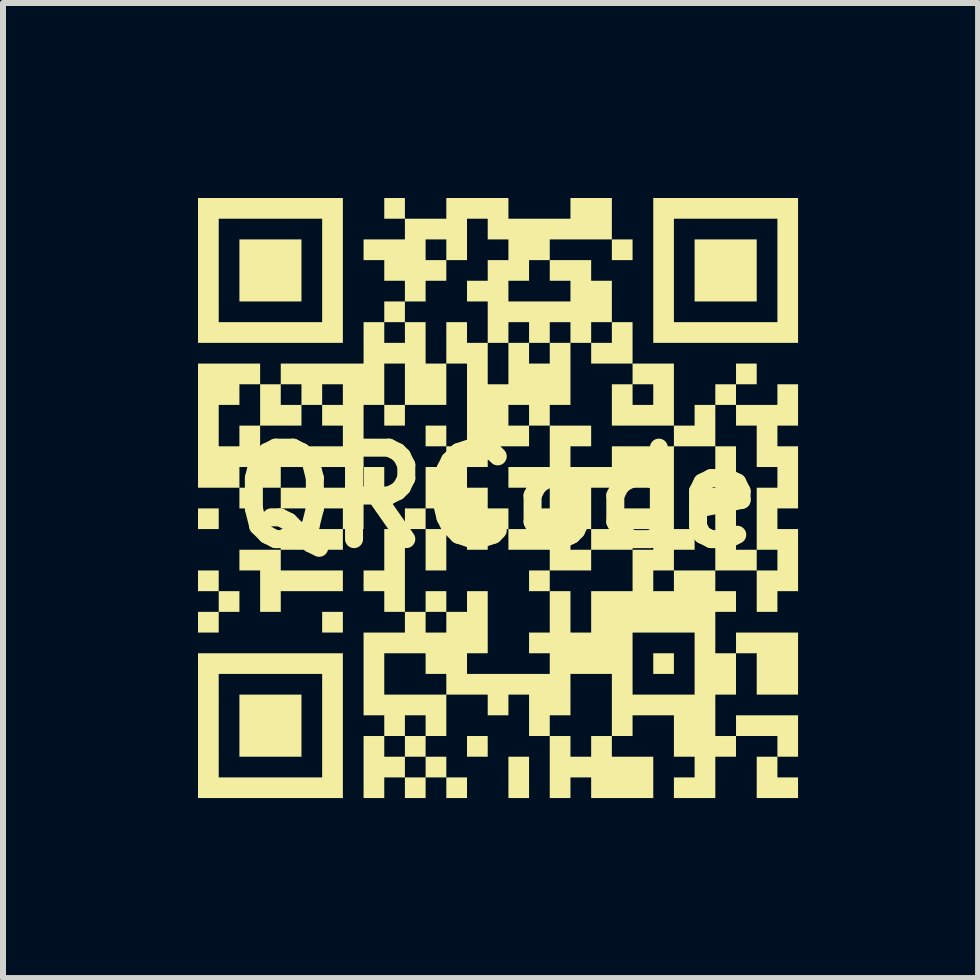
<source format=kicad_pcb>
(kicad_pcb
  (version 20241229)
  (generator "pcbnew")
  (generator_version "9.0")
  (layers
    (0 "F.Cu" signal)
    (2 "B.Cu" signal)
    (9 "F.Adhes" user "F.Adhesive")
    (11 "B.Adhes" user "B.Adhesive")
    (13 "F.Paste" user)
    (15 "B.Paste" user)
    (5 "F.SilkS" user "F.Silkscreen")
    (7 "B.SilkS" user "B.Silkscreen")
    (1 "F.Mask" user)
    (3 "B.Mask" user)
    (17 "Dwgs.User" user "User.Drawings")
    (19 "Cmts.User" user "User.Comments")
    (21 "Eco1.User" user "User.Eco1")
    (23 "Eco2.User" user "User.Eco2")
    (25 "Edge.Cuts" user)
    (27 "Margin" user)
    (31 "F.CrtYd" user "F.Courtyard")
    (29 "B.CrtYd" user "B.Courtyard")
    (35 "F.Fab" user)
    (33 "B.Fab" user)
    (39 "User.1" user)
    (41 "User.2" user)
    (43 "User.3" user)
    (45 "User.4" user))
  (footprint "QRCode"
    (layer "F.Cu")
    (at 0.25 0.25)
    (property "Reference" "QRCode" (at 4.995 4.995 0) (layer "F.SilkS") (effects (font (size 1.524 1.524) (thickness 0.3))))
    (attr board_only exclude_from_pos_files exclude_from_bom)
    (fp_poly (pts (xy 0.345 5.517) (xy 0 5.517) (xy 0 5.173) (xy 0.345 5.173)) (stroke (width 0) (type solid)) (fill yes) (layer "F.SilkS"))
    (fp_poly (pts (xy 0.345 6.552) (xy 0 6.552) (xy 0 6.207) (xy 0.345 6.207)) (stroke (width 0) (type solid)) (fill yes) (layer "F.SilkS"))
    (fp_poly (pts (xy 0.345 7.242) (xy 0 7.242) (xy 0 6.897) (xy 0.345 6.897)) (stroke (width 0) (type solid)) (fill yes) (layer "F.SilkS"))
    (fp_poly (pts (xy 0.69 6.897) (xy 0.345 6.897) (xy 0.345 6.552) (xy 0.69 6.552)) (stroke (width 0) (type solid)) (fill yes) (layer "F.SilkS"))
    (fp_poly (pts (xy 1.724 1.724) (xy 0.69 1.724) (xy 0.69 0.69) (xy 1.724 0.69)) (stroke (width 0) (type solid)) (fill yes) (layer "F.SilkS"))
    (fp_poly (pts (xy 1.724 9.311) (xy 0.69 9.311) (xy 0.69 8.276) (xy 1.724 8.276)) (stroke (width 0) (type solid)) (fill yes) (layer "F.SilkS"))
    (fp_poly (pts (xy 2.414 5.862) (xy 1.379 5.862) (xy 1.379 5.517) (xy 2.414 5.517)) (stroke (width 0) (type solid)) (fill yes) (layer "F.SilkS"))
    (fp_poly (pts (xy 2.414 7.242) (xy 2.069 7.242) (xy 2.069 6.897) (xy 2.414 6.897)) (stroke (width 0) (type solid)) (fill yes) (layer "F.SilkS"))
    (fp_poly (pts (xy 3.104 4.828) (xy 2.759 4.828) (xy 2.759 4.483) (xy 3.104 4.483)) (stroke (width 0) (type solid)) (fill yes) (layer "F.SilkS"))
    (fp_poly (pts (xy 3.448 0.345) (xy 3.104 0.345) (xy 3.104 0) (xy 3.448 0)) (stroke (width 0) (type solid)) (fill yes) (layer "F.SilkS"))
    (fp_poly (pts (xy 3.793 10) (xy 3.448 10) (xy 3.448 9.656) (xy 3.793 9.656)) (stroke (width 0) (type solid)) (fill yes) (layer "F.SilkS"))
    (fp_poly (pts (xy 4.138 4.138) (xy 3.793 4.138) (xy 3.793 3.793) (xy 4.138 3.793)) (stroke (width 0) (type solid)) (fill yes) (layer "F.SilkS"))
    (fp_poly (pts (xy 4.138 6.207) (xy 3.793 6.207) (xy 3.793 5.517) (xy 4.138 5.517)) (stroke (width 0) (type solid)) (fill yes) (layer "F.SilkS"))
    (fp_poly (pts (xy 4.138 6.897) (xy 3.793 6.897) (xy 3.793 6.552) (xy 4.138 6.552)) (stroke (width 0) (type solid)) (fill yes) (layer "F.SilkS"))
    (fp_poly (pts (xy 4.138 9.656) (xy 3.793 9.656) (xy 3.793 9.311) (xy 4.138 9.311)) (stroke (width 0) (type solid)) (fill yes) (layer "F.SilkS"))
    (fp_poly (pts (xy 4.483 10) (xy 4.138 10) (xy 4.138 9.656) (xy 4.483 9.656)) (stroke (width 0) (type solid)) (fill yes) (layer "F.SilkS"))
    (fp_poly (pts (xy 4.828 9.311) (xy 4.483 9.311) (xy 4.483 8.966) (xy 4.828 8.966)) (stroke (width 0) (type solid)) (fill yes) (layer "F.SilkS"))
    (fp_poly (pts (xy 5.517 10) (xy 5.173 10) (xy 5.173 9.311) (xy 5.517 9.311)) (stroke (width 0) (type solid)) (fill yes) (layer "F.SilkS"))
    (fp_poly (pts (xy 5.862 6.552) (xy 5.517 6.552) (xy 5.517 6.207) (xy 5.862 6.207)) (stroke (width 0) (type solid)) (fill yes) (layer "F.SilkS"))
    (fp_poly (pts (xy 7.242 1.035) (xy 6.897 1.035) (xy 6.897 0.69) (xy 7.242 0.69)) (stroke (width 0) (type solid)) (fill yes) (layer "F.SilkS"))
    (fp_poly (pts (xy 7.931 7.931) (xy 7.587 7.931) (xy 7.587 7.587) (xy 7.931 7.587)) (stroke (width 0) (type solid)) (fill yes) (layer "F.SilkS"))
    (fp_poly (pts (xy 9.311 1.724) (xy 8.276 1.724) (xy 8.276 0.69) (xy 9.311 0.69)) (stroke (width 0) (type solid)) (fill yes) (layer "F.SilkS"))
    (fp_poly (pts (xy 9.311 3.104) (xy 8.966 3.104) (xy 8.966 2.759) (xy 9.311 2.759)) (stroke (width 0) (type solid)) (fill yes) (layer "F.SilkS"))
    (fp_poly (pts (xy 2.759 5.517) (xy 2.414 5.517) (xy 2.414 5.173) (xy 1.379 5.173) (xy 1.379 4.828) (xy 2.759 4.828)) (stroke (width 0) (type solid)) (fill yes) (layer "F.SilkS"))
    (fp_poly (pts (xy 9.656 9.656) (xy 10 9.656) (xy 10 10) (xy 9.311 10) (xy 9.311 9.311) (xy 9.656 9.311)) (stroke (width 0) (type solid)) (fill yes) (layer "F.SilkS"))
    (fp_poly (pts (xy 10 8.276) (xy 9.311 8.276) (xy 9.311 7.587) (xy 8.966 7.587) (xy 8.966 7.242) (xy 10 7.242)) (stroke (width 0) (type solid)) (fill yes) (layer "F.SilkS"))
    (fp_poly (pts (xy 10 9.311) (xy 9.656 9.311) (xy 9.656 8.966) (xy 8.966 8.966) (xy 8.966 8.621) (xy 10 8.621)) (stroke (width 0) (type solid)) (fill yes) (layer "F.SilkS"))
    (fp_poly (pts (xy 1.379 6.207) (xy 2.414 6.207) (xy 2.414 6.552) (xy 1.379 6.552) (xy 1.379 6.897) (xy 1.035 6.897) (xy 1.035 6.207) (xy 0.69 6.207) (xy 0.69 5.862) (xy 1.379 5.862)) (stroke (width 0) (type solid)) (fill yes) (layer "F.SilkS"))
    (fp_poly (pts (xy 2.414 2.414) (xy 0 2.414) (xy 0 2.069) (xy 0.345 2.069) (xy 2.069 2.069) (xy 2.069 0.345) (xy 0.345 0.345) (xy 0.345 2.069) (xy 0 2.069) (xy 0 0) (xy 2.414 0)) (stroke (width 0) (type solid)) (fill yes) (layer "F.SilkS"))
    (fp_poly (pts (xy 2.414 10) (xy 0 10) (xy 0 9.656) (xy 0.345 9.656) (xy 2.069 9.656) (xy 2.069 7.931) (xy 0.345 7.931) (xy 0.345 9.656) (xy 0 9.656) (xy 0 7.587) (xy 2.414 7.587)) (stroke (width 0) (type solid)) (fill yes) (layer "F.SilkS"))
    (fp_poly (pts (xy 10 2.414) (xy 7.587 2.414) (xy 7.587 2.069) (xy 7.931 2.069) (xy 9.656 2.069) (xy 9.656 0.345) (xy 7.931 0.345) (xy 7.931 2.069) (xy 7.587 2.069) (xy 7.587 0) (xy 10 0)) (stroke (width 0) (type solid)) (fill yes) (layer "F.SilkS"))
    (fp_poly (pts (xy 7.242 2.069) (xy 7.242 2.759) (xy 7.931 2.759) (xy 7.931 3.793) (xy 8.276 3.793) (xy 8.276 3.448) (xy 8.621 3.448) (xy 8.621 3.104) (xy 8.966 3.104) (xy 8.966 3.448) (xy 9.656 3.448) (xy 9.656 3.104) (xy 10 3.104) (xy 10 3.793) (xy 9.656 3.793) (xy 9.656 4.138) (xy 10 4.138) (xy 10 5.173) (xy 9.656 5.173) (xy 9.656 5.517) (xy 10 5.517) (xy 10 6.552) (xy 9.656 6.552) (xy 9.656 6.897) (xy 9.311 6.897) (xy 9.311 6.207) (xy 9.656 6.207) (xy 9.656 5.862) (xy 9.311 5.862) (xy 9.311 6.207) (xy 8.621 6.207) (xy 8.621 6.552) (xy 8.966 6.552) (xy 8.966 6.897) (xy 8.621 6.897) (xy 8.621 7.587) (xy 8.966 7.587) (xy 8.966 8.276) (xy 8.621 8.276) (xy 8.621 8.966) (xy 8.966 8.966) (xy 8.966 9.311) (xy 8.621 9.311) (xy 8.621 10) (xy 7.931 10) (xy 7.931 9.656) (xy 8.276 9.656) (xy 8.276 9.311) (xy 7.931 9.311) (xy 7.931 8.621) (xy 7.242 8.621) (xy 7.242 8.966) (xy 6.897 8.966) (xy 6.897 9.311) (xy 7.587 9.311) (xy 7.587 10) (xy 6.552 10) (xy 6.552 9.656) (xy 6.207 9.656) (xy 6.207 10) (xy 5.862 10) (xy 5.862 8.966) (xy 6.207 8.966) (xy 6.207 9.311) (xy 6.552 9.311) (xy 6.552 8.966) (xy 6.897 8.966) (xy 6.897 8.276) (xy 7.242 8.276) (xy 8.276 8.276) (xy 8.276 7.242) (xy 7.242 7.242) (xy 7.242 8.276) (xy 6.897 8.276) (xy 6.897 7.931) (xy 6.207 7.931) (xy 6.207 8.621) (xy 5.862 8.621) (xy 5.862 8.966) (xy 5.517 8.966) (xy 5.517 8.276) (xy 5.173 8.276) (xy 5.173 8.621) (xy 4.828 8.621) (xy 4.828 8.276) (xy 4.138 8.276) (xy 4.138 8.966) (xy 3.793 8.966) (xy 3.793 9.311) (xy 3.448 9.311) (xy 3.448 9.656) (xy 3.104 9.656) (xy 3.104 10) (xy 2.759 10) (xy 2.759 9.311) (xy 3.104 9.311) (xy 3.448 9.311) (xy 3.448 8.966) (xy 3.793 8.966) (xy 3.793 8.621) (xy 3.448 8.621) (xy 3.448 8.966) (xy 3.104 8.966) (xy 3.104 9.311) (xy 2.759 9.311) (xy 2.759 8.966) (xy 3.104 8.966) (xy 3.104 8.621) (xy 2.759 8.621) (xy 2.759 8.276) (xy 3.104 8.276) (xy 4.138 8.276) (xy 4.138 7.931) (xy 3.793 7.931) (xy 3.793 7.587) (xy 3.104 7.587) (xy 3.104 8.276) (xy 2.759 8.276) (xy 2.759 7.242) (xy 3.448 7.242) (xy 3.448 6.897) (xy 3.793 6.897) (xy 3.793 7.242) (xy 4.138 7.242) (xy 4.138 6.897) (xy 4.483 6.897) (xy 4.483 6.552) (xy 4.828 6.552) (xy 4.828 7.587) (xy 4.483 7.587) (xy 4.483 7.931) (xy 5.862 7.931) (xy 5.862 7.587) (xy 5.517 7.587) (xy 5.517 7.242) (xy 5.862 7.242) (xy 5.862 6.552) (xy 6.207 6.552) (xy 6.207 7.242) (xy 6.552 7.242) (xy 6.552 6.552) (xy 7.242 6.552) (xy 7.587 6.552) (xy 7.931 6.552) (xy 7.931 6.207) (xy 8.621 6.207) (xy 8.621 5.173) (xy 8.276 5.173) (xy 8.276 4.828) (xy 8.621 4.828) (xy 8.621 4.138) (xy 8.966 4.138) (xy 8.966 5.862) (xy 9.311 5.862) (xy 9.311 4.828) (xy 9.656 4.828) (xy 9.656 4.483) (xy 9.311 4.483) (xy 9.311 3.793) (xy 8.966 3.793) (xy 8.966 3.448) (xy 8.621 3.448) (xy 8.621 4.138) (xy 7.931 4.138) (xy 7.931 5.517) (xy 8.276 5.517) (xy 8.276 5.862) (xy 7.931 5.862) (xy 7.931 6.207) (xy 7.587 6.207) (xy 7.587 6.552) (xy 7.242 6.552) (xy 7.242 5.862) (xy 7.587 5.862) (xy 7.587 5.517) (xy 7.242 5.517) (xy 7.242 5.862) (xy 6.552 5.862) (xy 6.552 6.207) (xy 5.862 6.207) (xy 5.862 5.862) (xy 6.207 5.862) (xy 6.552 5.862) (xy 6.552 5.517) (xy 6.897 5.517) (xy 6.897 5.173) (xy 7.587 5.173) (xy 7.587 4.828) (xy 6.552 4.828) (xy 6.552 5.517) (xy 6.207 5.517) (xy 6.207 5.862) (xy 5.862 5.862) (xy 5.173 5.862) (xy 5.173 5.517) (xy 4.828 5.517) (xy 4.828 5.862) (xy 4.483 5.862) (xy 4.483 5.517) (xy 4.138 5.517) (xy 4.138 5.173) (xy 3.793 5.173) (xy 3.793 5.517) (xy 3.448 5.517) (xy 3.448 6.897) (xy 3.104 6.897) (xy 3.104 6.552) (xy 2.759 6.552) (xy 2.759 6.207) (xy 3.104 6.207) (xy 3.104 5.517) (xy 3.448 5.517) (xy 3.448 5.173) (xy 3.793 5.173) (xy 3.793 4.828) (xy 4.483 4.828) (xy 4.828 4.828) (xy 4.828 5.173) (xy 5.173 5.173) (xy 5.173 5.517) (xy 5.517 5.517) (xy 5.517 5.173) (xy 5.862 5.173) (xy 5.862 4.828) (xy 5.173 4.828) (xy 5.173 4.483) (xy 5.862 4.483) (xy 5.862 3.793) (xy 6.552 3.793) (xy 6.552 4.138) (xy 6.207 4.138) (xy 6.207 4.483) (xy 6.897 4.483) (xy 6.897 4.138) (xy 7.931 4.138) (xy 7.931 3.793) (xy 6.897 3.793) (xy 6.897 3.448) (xy 7.242 3.448) (xy 7.587 3.448) (xy 7.587 3.104) (xy 7.242 3.104) (xy 7.242 3.448) (xy 6.897 3.448) (xy 6.897 3.104) (xy 7.242 3.104) (xy 7.242 2.759) (xy 6.552 2.759) (xy 6.552 2.414) (xy 6.897 2.414) (xy 6.897 2.069) (xy 6.552 2.069) (xy 6.552 2.414) (xy 6.207 2.414) (xy 6.207 3.448) (xy 5.862 3.448) (xy 5.862 3.793) (xy 5.517 3.793) (xy 5.517 4.138) (xy 4.828 4.138) (xy 4.828 4.483) (xy 4.483 4.483) (xy 4.483 4.828) (xy 3.793 4.828) (xy 3.793 4.483) (xy 4.138 4.483) (xy 4.138 4.138) (xy 4.483 4.138) (xy 4.483 3.793) (xy 5.173 3.793) (xy 5.517 3.793) (xy 5.517 3.448) (xy 5.173 3.448) (xy 5.173 3.793) (xy 4.483 3.793) (xy 4.483 3.104) (xy 4.828 3.104) (xy 5.173 3.104) (xy 5.173 2.759) (xy 5.517 2.759) (xy 5.862 2.759) (xy 5.862 2.414) (xy 6.207 2.414) (xy 6.207 2.069) (xy 5.862 2.069) (xy 5.862 2.414) (xy 5.517 2.414) (xy 5.517 2.759) (xy 5.173 2.759) (xy 5.173 2.414) (xy 5.517 2.414) (xy 5.517 2.069) (xy 5.173 2.069) (xy 5.173 2.414) (xy 4.828 2.414) (xy 4.828 3.104) (xy 4.483 3.104) (xy 4.483 2.759) (xy 4.138 2.759) (xy 4.138 3.448) (xy 3.448 3.448) (xy 3.448 3.793) (xy 3.104 3.793) (xy 3.104 3.448) (xy 3.448 3.448) (xy 3.448 2.759) (xy 3.104 2.759) (xy 3.104 3.448) (xy 2.759 3.448) (xy 2.759 4.483) (xy 1.379 4.483) (xy 1.379 4.828) (xy 1.035 4.828) (xy 1.035 5.173) (xy 0.69 5.173) (xy 0.69 4.828) (xy 1.035 4.828) (xy 1.035 4.483) (xy 0.69 4.483) (xy 0.69 4.828) (xy 0 4.828) (xy 0 4.138) (xy 0.345 4.138) (xy 0.69 4.138) (xy 1.035 4.138) (xy 2.414 4.138) (xy 2.414 3.793) (xy 2.069 3.793) (xy 2.069 3.448) (xy 2.414 3.448) (xy 2.414 3.104) (xy 2.069 3.104) (xy 2.069 3.448) (xy 1.724 3.448) (xy 1.724 3.793) (xy 1.035 3.793) (xy 1.035 4.138) (xy 0.69 4.138) (xy 0.69 3.793) (xy 1.035 3.793) (xy 1.035 3.448) (xy 1.379 3.448) (xy 1.724 3.448) (xy 1.724 3.104) (xy 1.379 3.104) (xy 1.379 3.448) (xy 1.035 3.448) (xy 1.035 3.104) (xy 0.69 3.104) (xy 0.69 3.448) (xy 0.345 3.448) (xy 0.345 4.138) (xy 0 4.138) (xy 0 2.759) (xy 1.035 2.759) (xy 1.035 3.104) (xy 1.379 3.104) (xy 1.379 2.759) (xy 2.759 2.759) (xy 2.759 2.414) (xy 3.104 2.414) (xy 3.448 2.414) (xy 3.448 2.069) (xy 3.793 2.069) (xy 3.793 2.759) (xy 4.138 2.759) (xy 4.138 2.069) (xy 4.483 2.069) (xy 4.483 2.414) (xy 4.828 2.414) (xy 4.828 1.724) (xy 5.173 1.724) (xy 6.207 1.724) (xy 6.207 1.379) (xy 5.862 1.379) (xy 5.862 1.035) (xy 5.517 1.035) (xy 5.517 1.379) (xy 5.173 1.379) (xy 5.173 1.724) (xy 4.828 1.724) (xy 4.483 1.724) (xy 4.483 1.379) (xy 4.828 1.379) (xy 4.828 1.035) (xy 5.173 1.035) (xy 5.173 0.69) (xy 4.828 0.69) (xy 4.828 0.345) (xy 4.483 0.345) (xy 4.483 1.035) (xy 4.138 1.035) (xy 4.138 1.379) (xy 3.793 1.379) (xy 3.793 1.724) (xy 3.448 1.724) (xy 3.448 2.069) (xy 3.104 2.069) (xy 3.104 2.414) (xy 2.759 2.414) (xy 2.759 2.069) (xy 3.104 2.069) (xy 3.104 1.724) (xy 3.448 1.724) (xy 3.448 1.379) (xy 3.104 1.379) (xy 3.104 1.035) (xy 3.793 1.035) (xy 4.138 1.035) (xy 4.138 0.69) (xy 3.793 0.69) (xy 3.793 1.035) (xy 3.104 1.035) (xy 2.759 1.035) (xy 2.759 0.69) (xy 3.448 0.69) (xy 3.448 0.345) (xy 4.138 0.345) (xy 4.138 0) (xy 5.173 0) (xy 5.173 0.345) (xy 6.207 0.345) (xy 6.207 0) (xy 6.897 0) (xy 6.897 0.69) (xy 5.862 0.69) (xy 5.862 1.035) (xy 6.552 1.035) (xy 6.552 1.379) (xy 6.897 1.379) (xy 6.897 2.069)) (stroke (width 0) (type solid)) (fill yes) (layer "F.SilkS")))
  (gr_rect
    (start -3 -3)
    (end 13.25 13.25)
    (stroke (width 0.1) (type default))
    (fill no)
    (layer "Edge.Cuts")))
</source>
